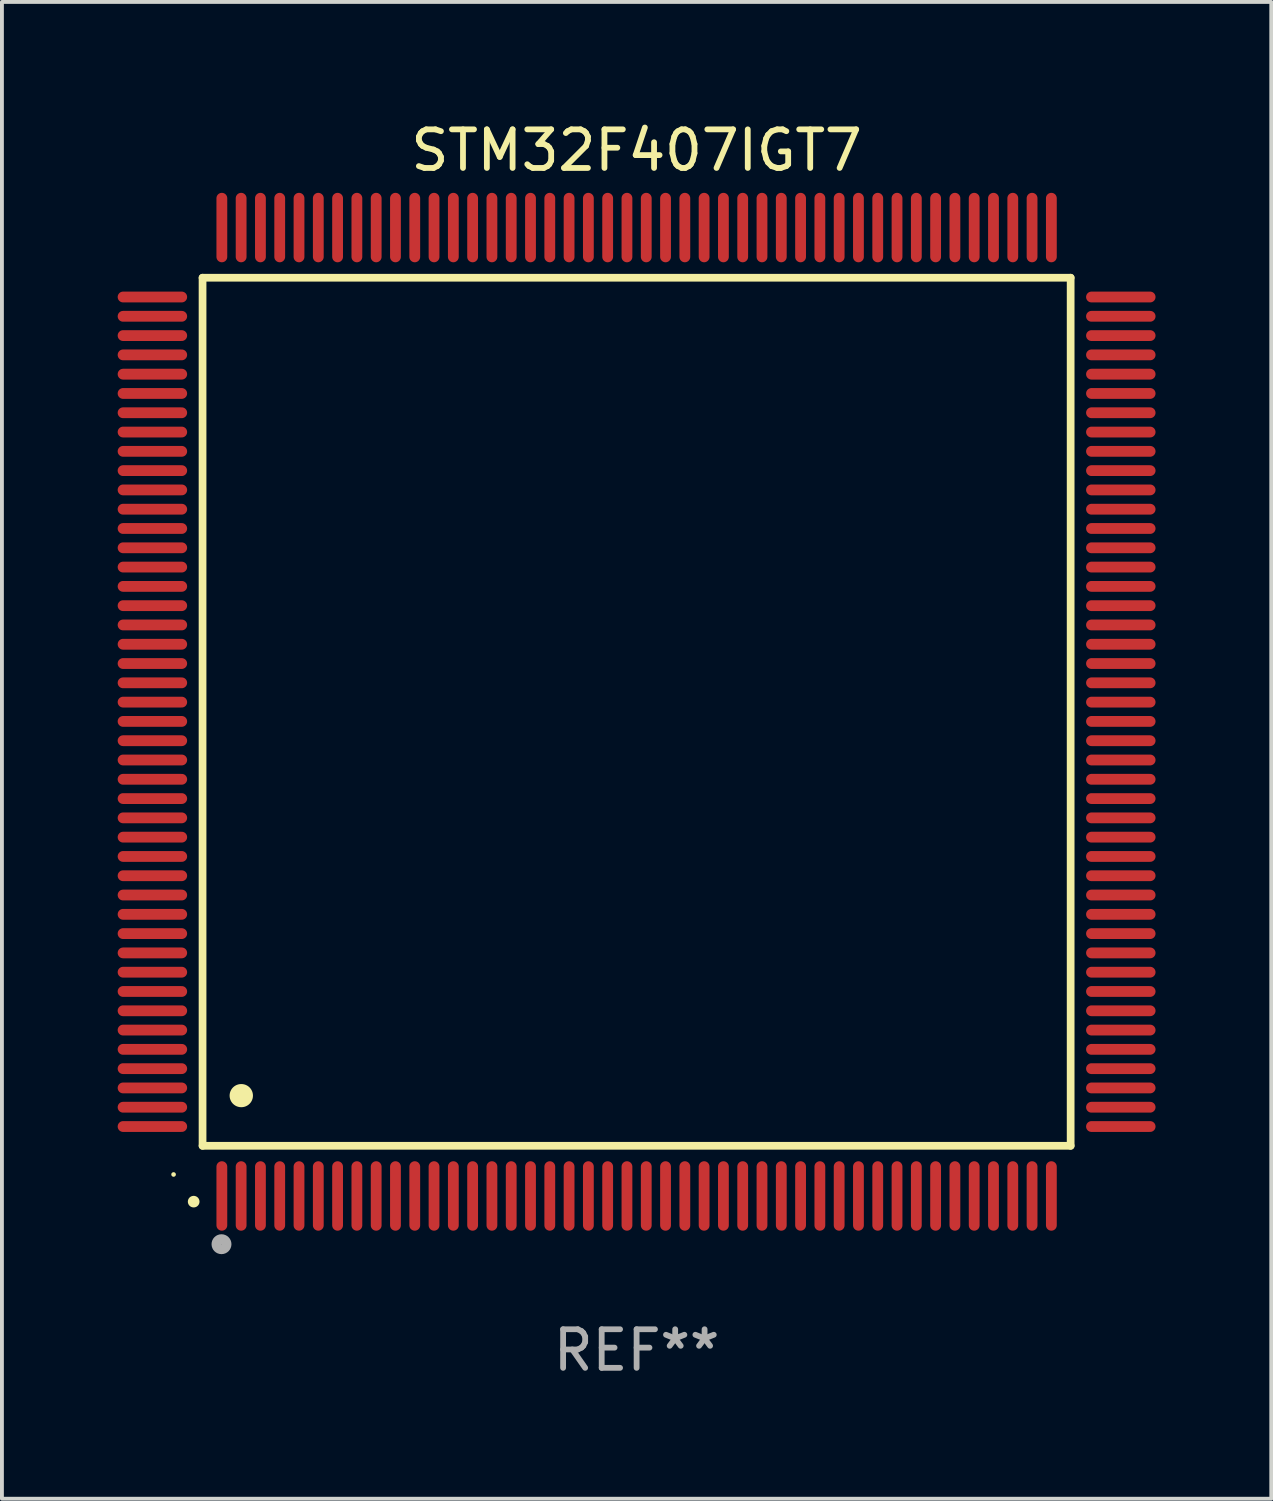
<source format=kicad_pcb>
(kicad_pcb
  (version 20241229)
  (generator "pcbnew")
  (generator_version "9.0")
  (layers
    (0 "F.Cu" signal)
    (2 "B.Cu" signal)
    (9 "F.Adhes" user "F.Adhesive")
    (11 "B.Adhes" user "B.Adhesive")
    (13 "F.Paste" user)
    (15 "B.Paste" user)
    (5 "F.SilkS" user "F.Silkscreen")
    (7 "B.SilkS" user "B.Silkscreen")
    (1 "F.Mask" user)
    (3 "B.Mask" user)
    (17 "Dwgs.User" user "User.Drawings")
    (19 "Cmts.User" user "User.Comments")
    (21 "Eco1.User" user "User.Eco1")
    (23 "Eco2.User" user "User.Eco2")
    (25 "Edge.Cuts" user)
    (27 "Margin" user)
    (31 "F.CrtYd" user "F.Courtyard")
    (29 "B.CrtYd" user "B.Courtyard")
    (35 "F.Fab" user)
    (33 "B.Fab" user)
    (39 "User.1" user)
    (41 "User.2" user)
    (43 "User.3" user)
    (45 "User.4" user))
  (footprint "STM32F407IGT7"
    (layer "F.Cu")
    (at 13.45 15.398)
    (property "Reference" "STM32F407IGT7" (at 0 -14.55 0) (layer "F.SilkS") (effects (font (size 1 1) (thickness 0.15))))
    (attr through_hole)
    (fp_line (start -11.25 -11.25) (end 11.25 -11.25) (stroke (width 0.2) (type solid)) (layer "F.SilkS"))
    (fp_line (start -11.25 11.25) (end -11.25 -11.25) (stroke (width 0.2) (type solid)) (layer "F.SilkS"))
    (fp_line (start 11.25 -11.25) (end 11.25 11.25) (stroke (width 0.2) (type solid)) (layer "F.SilkS"))
    (fp_line (start 11.25 11.25) (end -11.25 11.25) (stroke (width 0.2) (type solid)) (layer "F.SilkS"))
    (fp_arc (start -11.481382 12.697206) (mid -11.480112 12.697201) (end -11.478842 12.697206) (stroke (width 0.3) (type solid)) (layer "F.SilkS"))
    (fp_arc (start -10.24892 9.9492) (mid -10.24638 9.949189) (end -10.24384 9.9492) (stroke (width 0.6) (type solid)) (layer "F.SilkS"))
    (fp_circle (center -12.001 11.993) (end -11.971 11.993) (stroke (width 0.06) (type solid)) (fill no) (layer "F.SilkS"))
    (fp_circle (center -10.759 13.8) (end -10.628 13.8) (stroke (width 0.254) (type solid)) (fill no) (layer "F.Fab"))
    (fp_text user "REF**" (at 0 16.55 0) (layer "F.Fab") (effects (font (size 1 1) (thickness 0.15))))
    (pad "1" smd oval (at -10.75 12.55 180) (size 0.28 1.8) (layers "F.Cu" "F.Mask" "F.Paste"))
    (pad "2" smd oval (at -10.25 12.55 180) (size 0.28 1.8) (layers "F.Cu" "F.Mask" "F.Paste"))
    (pad "3" smd oval (at -9.75 12.55 180) (size 0.28 1.8) (layers "F.Cu" "F.Mask" "F.Paste"))
    (pad "4" smd oval (at -9.25 12.55 180) (size 0.28 1.8) (layers "F.Cu" "F.Mask" "F.Paste"))
    (pad "5" smd oval (at -8.75 12.55 180) (size 0.28 1.8) (layers "F.Cu" "F.Mask" "F.Paste"))
    (pad "6" smd oval (at -8.25 12.55 180) (size 0.28 1.8) (layers "F.Cu" "F.Mask" "F.Paste"))
    (pad "7" smd oval (at -7.75 12.55 180) (size 0.28 1.8) (layers "F.Cu" "F.Mask" "F.Paste"))
    (pad "8" smd oval (at -7.25 12.55 180) (size 0.28 1.8) (layers "F.Cu" "F.Mask" "F.Paste"))
    (pad "9" smd oval (at -6.75 12.55 180) (size 0.28 1.8) (layers "F.Cu" "F.Mask" "F.Paste"))
    (pad "10" smd oval (at -6.25 12.55 180) (size 0.28 1.8) (layers "F.Cu" "F.Mask" "F.Paste"))
    (pad "11" smd oval (at -5.75 12.55 180) (size 0.28 1.8) (layers "F.Cu" "F.Mask" "F.Paste"))
    (pad "12" smd oval (at -5.25 12.55 180) (size 0.28 1.8) (layers "F.Cu" "F.Mask" "F.Paste"))
    (pad "13" smd oval (at -4.75 12.55 180) (size 0.28 1.8) (layers "F.Cu" "F.Mask" "F.Paste"))
    (pad "14" smd oval (at -4.25 12.55 180) (size 0.28 1.8) (layers "F.Cu" "F.Mask" "F.Paste"))
    (pad "15" smd oval (at -3.75 12.55 180) (size 0.28 1.8) (layers "F.Cu" "F.Mask" "F.Paste"))
    (pad "16" smd oval (at -3.25 12.55 180) (size 0.28 1.8) (layers "F.Cu" "F.Mask" "F.Paste"))
    (pad "17" smd oval (at -2.75 12.55 180) (size 0.28 1.8) (layers "F.Cu" "F.Mask" "F.Paste"))
    (pad "18" smd oval (at -2.25 12.55 180) (size 0.28 1.8) (layers "F.Cu" "F.Mask" "F.Paste"))
    (pad "19" smd oval (at -1.75 12.55 180) (size 0.28 1.8) (layers "F.Cu" "F.Mask" "F.Paste"))
    (pad "20" smd oval (at -1.25 12.55 180) (size 0.28 1.8) (layers "F.Cu" "F.Mask" "F.Paste"))
    (pad "21" smd oval (at -0.75 12.55 180) (size 0.28 1.8) (layers "F.Cu" "F.Mask" "F.Paste"))
    (pad "22" smd oval (at -0.25 12.55 180) (size 0.28 1.8) (layers "F.Cu" "F.Mask" "F.Paste"))
    (pad "23" smd oval (at 0.25 12.55 180) (size 0.28 1.8) (layers "F.Cu" "F.Mask" "F.Paste"))
    (pad "24" smd oval (at 0.75 12.55 180) (size 0.28 1.8) (layers "F.Cu" "F.Mask" "F.Paste"))
    (pad "25" smd oval (at 1.25 12.55 180) (size 0.28 1.8) (layers "F.Cu" "F.Mask" "F.Paste"))
    (pad "26" smd oval (at 1.75 12.55 180) (size 0.28 1.8) (layers "F.Cu" "F.Mask" "F.Paste"))
    (pad "27" smd oval (at 2.25 12.55 180) (size 0.28 1.8) (layers "F.Cu" "F.Mask" "F.Paste"))
    (pad "28" smd oval (at 2.75 12.55 180) (size 0.28 1.8) (layers "F.Cu" "F.Mask" "F.Paste"))
    (pad "29" smd oval (at 3.25 12.55 180) (size 0.28 1.8) (layers "F.Cu" "F.Mask" "F.Paste"))
    (pad "30" smd oval (at 3.75 12.55 180) (size 0.28 1.8) (layers "F.Cu" "F.Mask" "F.Paste"))
    (pad "31" smd oval (at 4.25 12.55 180) (size 0.28 1.8) (layers "F.Cu" "F.Mask" "F.Paste"))
    (pad "32" smd oval (at 4.75 12.55 180) (size 0.28 1.8) (layers "F.Cu" "F.Mask" "F.Paste"))
    (pad "33" smd oval (at 5.25 12.55 180) (size 0.28 1.8) (layers "F.Cu" "F.Mask" "F.Paste"))
    (pad "34" smd oval (at 5.75 12.55 180) (size 0.28 1.8) (layers "F.Cu" "F.Mask" "F.Paste"))
    (pad "35" smd oval (at 6.25 12.55 180) (size 0.28 1.8) (layers "F.Cu" "F.Mask" "F.Paste"))
    (pad "36" smd oval (at 6.75 12.55 180) (size 0.28 1.8) (layers "F.Cu" "F.Mask" "F.Paste"))
    (pad "37" smd oval (at 7.25 12.55 180) (size 0.28 1.8) (layers "F.Cu" "F.Mask" "F.Paste"))
    (pad "38" smd oval (at 7.75 12.55 180) (size 0.28 1.8) (layers "F.Cu" "F.Mask" "F.Paste"))
    (pad "39" smd oval (at 8.25 12.55 180) (size 0.28 1.8) (layers "F.Cu" "F.Mask" "F.Paste"))
    (pad "40" smd oval (at 8.75 12.55 180) (size 0.28 1.8) (layers "F.Cu" "F.Mask" "F.Paste"))
    (pad "41" smd oval (at 9.25 12.55 180) (size 0.28 1.8) (layers "F.Cu" "F.Mask" "F.Paste"))
    (pad "42" smd oval (at 9.75 12.55 180) (size 0.28 1.8) (layers "F.Cu" "F.Mask" "F.Paste"))
    (pad "43" smd oval (at 10.25 12.55 180) (size 0.28 1.8) (layers "F.Cu" "F.Mask" "F.Paste"))
    (pad "44" smd oval (at 10.75 12.55 180) (size 0.28 1.8) (layers "F.Cu" "F.Mask" "F.Paste"))
    (pad "45" smd oval (at 12.55 10.75 90) (size 0.28 1.8) (layers "F.Cu" "F.Mask" "F.Paste"))
    (pad "46" smd oval (at 12.55 10.25 90) (size 0.28 1.8) (layers "F.Cu" "F.Mask" "F.Paste"))
    (pad "47" smd oval (at 12.55 9.75 90) (size 0.28 1.8) (layers "F.Cu" "F.Mask" "F.Paste"))
    (pad "48" smd oval (at 12.55 9.25 90) (size 0.28 1.8) (layers "F.Cu" "F.Mask" "F.Paste"))
    (pad "49" smd oval (at 12.55 8.75 90) (size 0.28 1.8) (layers "F.Cu" "F.Mask" "F.Paste"))
    (pad "50" smd oval (at 12.55 8.25 90) (size 0.28 1.8) (layers "F.Cu" "F.Mask" "F.Paste"))
    (pad "51" smd oval (at 12.55 7.75 90) (size 0.28 1.8) (layers "F.Cu" "F.Mask" "F.Paste"))
    (pad "52" smd oval (at 12.55 7.25 90) (size 0.28 1.8) (layers "F.Cu" "F.Mask" "F.Paste"))
    (pad "53" smd oval (at 12.55 6.75 90) (size 0.28 1.8) (layers "F.Cu" "F.Mask" "F.Paste"))
    (pad "54" smd oval (at 12.55 6.25 90) (size 0.28 1.8) (layers "F.Cu" "F.Mask" "F.Paste"))
    (pad "55" smd oval (at 12.55 5.75 90) (size 0.28 1.8) (layers "F.Cu" "F.Mask" "F.Paste"))
    (pad "56" smd oval (at 12.55 5.25 90) (size 0.28 1.8) (layers "F.Cu" "F.Mask" "F.Paste"))
    (pad "57" smd oval (at 12.55 4.75 90) (size 0.28 1.8) (layers "F.Cu" "F.Mask" "F.Paste"))
    (pad "58" smd oval (at 12.55 4.25 90) (size 0.28 1.8) (layers "F.Cu" "F.Mask" "F.Paste"))
    (pad "59" smd oval (at 12.55 3.75 90) (size 0.28 1.8) (layers "F.Cu" "F.Mask" "F.Paste"))
    (pad "60" smd oval (at 12.55 3.25 90) (size 0.28 1.8) (layers "F.Cu" "F.Mask" "F.Paste"))
    (pad "61" smd oval (at 12.55 2.75 90) (size 0.28 1.8) (layers "F.Cu" "F.Mask" "F.Paste"))
    (pad "62" smd oval (at 12.55 2.25 90) (size 0.28 1.8) (layers "F.Cu" "F.Mask" "F.Paste"))
    (pad "63" smd oval (at 12.55 1.75 90) (size 0.28 1.8) (layers "F.Cu" "F.Mask" "F.Paste"))
    (pad "64" smd oval (at 12.55 1.25 90) (size 0.28 1.8) (layers "F.Cu" "F.Mask" "F.Paste"))
    (pad "65" smd oval (at 12.55 0.75 90) (size 0.28 1.8) (layers "F.Cu" "F.Mask" "F.Paste"))
    (pad "66" smd oval (at 12.55 0.25 90) (size 0.28 1.8) (layers "F.Cu" "F.Mask" "F.Paste"))
    (pad "67" smd oval (at 12.55 -0.25 90) (size 0.28 1.8) (layers "F.Cu" "F.Mask" "F.Paste"))
    (pad "68" smd oval (at 12.55 -0.75 90) (size 0.28 1.8) (layers "F.Cu" "F.Mask" "F.Paste"))
    (pad "69" smd oval (at 12.55 -1.25 90) (size 0.28 1.8) (layers "F.Cu" "F.Mask" "F.Paste"))
    (pad "70" smd oval (at 12.55 -1.75 90) (size 0.28 1.8) (layers "F.Cu" "F.Mask" "F.Paste"))
    (pad "71" smd oval (at 12.55 -2.25 90) (size 0.28 1.8) (layers "F.Cu" "F.Mask" "F.Paste"))
    (pad "72" smd oval (at 12.55 -2.75 90) (size 0.28 1.8) (layers "F.Cu" "F.Mask" "F.Paste"))
    (pad "73" smd oval (at 12.55 -3.25 90) (size 0.28 1.8) (layers "F.Cu" "F.Mask" "F.Paste"))
    (pad "74" smd oval (at 12.55 -3.75 90) (size 0.28 1.8) (layers "F.Cu" "F.Mask" "F.Paste"))
    (pad "75" smd oval (at 12.55 -4.25 90) (size 0.28 1.8) (layers "F.Cu" "F.Mask" "F.Paste"))
    (pad "76" smd oval (at 12.55 -4.75 90) (size 0.28 1.8) (layers "F.Cu" "F.Mask" "F.Paste"))
    (pad "77" smd oval (at 12.55 -5.25 90) (size 0.28 1.8) (layers "F.Cu" "F.Mask" "F.Paste"))
    (pad "78" smd oval (at 12.55 -5.75 90) (size 0.28 1.8) (layers "F.Cu" "F.Mask" "F.Paste"))
    (pad "79" smd oval (at 12.55 -6.25 90) (size 0.28 1.8) (layers "F.Cu" "F.Mask" "F.Paste"))
    (pad "80" smd oval (at 12.55 -6.75 90) (size 0.28 1.8) (layers "F.Cu" "F.Mask" "F.Paste"))
    (pad "81" smd oval (at 12.55 -7.25 90) (size 0.28 1.8) (layers "F.Cu" "F.Mask" "F.Paste"))
    (pad "82" smd oval (at 12.55 -7.75 90) (size 0.28 1.8) (layers "F.Cu" "F.Mask" "F.Paste"))
    (pad "83" smd oval (at 12.55 -8.25 90) (size 0.28 1.8) (layers "F.Cu" "F.Mask" "F.Paste"))
    (pad "84" smd oval (at 12.55 -8.75 90) (size 0.28 1.8) (layers "F.Cu" "F.Mask" "F.Paste"))
    (pad "85" smd oval (at 12.55 -9.25 90) (size 0.28 1.8) (layers "F.Cu" "F.Mask" "F.Paste"))
    (pad "86" smd oval (at 12.55 -9.75 90) (size 0.28 1.8) (layers "F.Cu" "F.Mask" "F.Paste"))
    (pad "87" smd oval (at 12.55 -10.25 90) (size 0.28 1.8) (layers "F.Cu" "F.Mask" "F.Paste"))
    (pad "88" smd oval (at 12.55 -10.75 90) (size 0.28 1.8) (layers "F.Cu" "F.Mask" "F.Paste"))
    (pad "89" smd oval (at 10.75 -12.55 180) (size 0.28 1.8) (layers "F.Cu" "F.Mask" "F.Paste"))
    (pad "90" smd oval (at 10.25 -12.55 180) (size 0.28 1.8) (layers "F.Cu" "F.Mask" "F.Paste"))
    (pad "91" smd oval (at 9.75 -12.55 180) (size 0.28 1.8) (layers "F.Cu" "F.Mask" "F.Paste"))
    (pad "92" smd oval (at 9.25 -12.55 180) (size 0.28 1.8) (layers "F.Cu" "F.Mask" "F.Paste"))
    (pad "93" smd oval (at 8.75 -12.55 180) (size 0.28 1.8) (layers "F.Cu" "F.Mask" "F.Paste"))
    (pad "94" smd oval (at 8.25 -12.55 180) (size 0.28 1.8) (layers "F.Cu" "F.Mask" "F.Paste"))
    (pad "95" smd oval (at 7.75 -12.55 180) (size 0.28 1.8) (layers "F.Cu" "F.Mask" "F.Paste"))
    (pad "96" smd oval (at 7.25 -12.55 180) (size 0.28 1.8) (layers "F.Cu" "F.Mask" "F.Paste"))
    (pad "97" smd oval (at 6.75 -12.55 180) (size 0.28 1.8) (layers "F.Cu" "F.Mask" "F.Paste"))
    (pad "98" smd oval (at 6.25 -12.55 180) (size 0.28 1.8) (layers "F.Cu" "F.Mask" "F.Paste"))
    (pad "99" smd oval (at 5.75 -12.55 180) (size 0.28 1.8) (layers "F.Cu" "F.Mask" "F.Paste"))
    (pad "100" smd oval (at 5.25 -12.55 180) (size 0.28 1.8) (layers "F.Cu" "F.Mask" "F.Paste"))
    (pad "101" smd oval (at 4.75 -12.55 180) (size 0.28 1.8) (layers "F.Cu" "F.Mask" "F.Paste"))
    (pad "102" smd oval (at 4.25 -12.55 180) (size 0.28 1.8) (layers "F.Cu" "F.Mask" "F.Paste"))
    (pad "103" smd oval (at 3.75 -12.55 180) (size 0.28 1.8) (layers "F.Cu" "F.Mask" "F.Paste"))
    (pad "104" smd oval (at 3.25 -12.55 180) (size 0.28 1.8) (layers "F.Cu" "F.Mask" "F.Paste"))
    (pad "105" smd oval (at 2.75 -12.55 180) (size 0.28 1.8) (layers "F.Cu" "F.Mask" "F.Paste"))
    (pad "106" smd oval (at 2.25 -12.55 180) (size 0.28 1.8) (layers "F.Cu" "F.Mask" "F.Paste"))
    (pad "107" smd oval (at 1.75 -12.55 180) (size 0.28 1.8) (layers "F.Cu" "F.Mask" "F.Paste"))
    (pad "108" smd oval (at 1.25 -12.55 180) (size 0.28 1.8) (layers "F.Cu" "F.Mask" "F.Paste"))
    (pad "109" smd oval (at 0.75 -12.55 180) (size 0.28 1.8) (layers "F.Cu" "F.Mask" "F.Paste"))
    (pad "110" smd oval (at 0.25 -12.55 180) (size 0.28 1.8) (layers "F.Cu" "F.Mask" "F.Paste"))
    (pad "111" smd oval (at -0.25 -12.55 180) (size 0.28 1.8) (layers "F.Cu" "F.Mask" "F.Paste"))
    (pad "112" smd oval (at -0.75 -12.55 180) (size 0.28 1.8) (layers "F.Cu" "F.Mask" "F.Paste"))
    (pad "113" smd oval (at -1.25 -12.55 180) (size 0.28 1.8) (layers "F.Cu" "F.Mask" "F.Paste"))
    (pad "114" smd oval (at -1.75 -12.55 180) (size 0.28 1.8) (layers "F.Cu" "F.Mask" "F.Paste"))
    (pad "115" smd oval (at -2.25 -12.55 180) (size 0.28 1.8) (layers "F.Cu" "F.Mask" "F.Paste"))
    (pad "116" smd oval (at -2.75 -12.55 180) (size 0.28 1.8) (layers "F.Cu" "F.Mask" "F.Paste"))
    (pad "117" smd oval (at -3.25 -12.55 180) (size 0.28 1.8) (layers "F.Cu" "F.Mask" "F.Paste"))
    (pad "118" smd oval (at -3.75 -12.55 180) (size 0.28 1.8) (layers "F.Cu" "F.Mask" "F.Paste"))
    (pad "119" smd oval (at -4.25 -12.55 180) (size 0.28 1.8) (layers "F.Cu" "F.Mask" "F.Paste"))
    (pad "120" smd oval (at -4.75 -12.55 180) (size 0.28 1.8) (layers "F.Cu" "F.Mask" "F.Paste"))
    (pad "121" smd oval (at -5.25 -12.55 180) (size 0.28 1.8) (layers "F.Cu" "F.Mask" "F.Paste"))
    (pad "122" smd oval (at -5.75 -12.55 180) (size 0.28 1.8) (layers "F.Cu" "F.Mask" "F.Paste"))
    (pad "123" smd oval (at -6.25 -12.55 180) (size 0.28 1.8) (layers "F.Cu" "F.Mask" "F.Paste"))
    (pad "124" smd oval (at -6.75 -12.55 180) (size 0.28 1.8) (layers "F.Cu" "F.Mask" "F.Paste"))
    (pad "125" smd oval (at -7.25 -12.55 180) (size 0.28 1.8) (layers "F.Cu" "F.Mask" "F.Paste"))
    (pad "126" smd oval (at -7.75 -12.55 180) (size 0.28 1.8) (layers "F.Cu" "F.Mask" "F.Paste"))
    (pad "127" smd oval (at -8.25 -12.55 180) (size 0.28 1.8) (layers "F.Cu" "F.Mask" "F.Paste"))
    (pad "128" smd oval (at -8.75 -12.55 180) (size 0.28 1.8) (layers "F.Cu" "F.Mask" "F.Paste"))
    (pad "129" smd oval (at -9.25 -12.55 180) (size 0.28 1.8) (layers "F.Cu" "F.Mask" "F.Paste"))
    (pad "130" smd oval (at -9.75 -12.55 180) (size 0.28 1.8) (layers "F.Cu" "F.Mask" "F.Paste"))
    (pad "131" smd oval (at -10.25 -12.55 180) (size 0.28 1.8) (layers "F.Cu" "F.Mask" "F.Paste"))
    (pad "132" smd oval (at -10.75 -12.55 180) (size 0.28 1.8) (layers "F.Cu" "F.Mask" "F.Paste"))
    (pad "133" smd oval (at -12.55 -10.75 90) (size 0.28 1.8) (layers "F.Cu" "F.Mask" "F.Paste"))
    (pad "134" smd oval (at -12.55 -10.25 90) (size 0.28 1.8) (layers "F.Cu" "F.Mask" "F.Paste"))
    (pad "135" smd oval (at -12.55 -9.75 90) (size 0.28 1.8) (layers "F.Cu" "F.Mask" "F.Paste"))
    (pad "136" smd oval (at -12.55 -9.25 90) (size 0.28 1.8) (layers "F.Cu" "F.Mask" "F.Paste"))
    (pad "137" smd oval (at -12.55 -8.75 90) (size 0.28 1.8) (layers "F.Cu" "F.Mask" "F.Paste"))
    (pad "138" smd oval (at -12.55 -8.25 90) (size 0.28 1.8) (layers "F.Cu" "F.Mask" "F.Paste"))
    (pad "139" smd oval (at -12.55 -7.75 90) (size 0.28 1.8) (layers "F.Cu" "F.Mask" "F.Paste"))
    (pad "140" smd oval (at -12.55 -7.25 90) (size 0.28 1.8) (layers "F.Cu" "F.Mask" "F.Paste"))
    (pad "141" smd oval (at -12.55 -6.75 90) (size 0.28 1.8) (layers "F.Cu" "F.Mask" "F.Paste"))
    (pad "142" smd oval (at -12.55 -6.25 90) (size 0.28 1.8) (layers "F.Cu" "F.Mask" "F.Paste"))
    (pad "143" smd oval (at -12.55 -5.75 90) (size 0.28 1.8) (layers "F.Cu" "F.Mask" "F.Paste"))
    (pad "144" smd oval (at -12.55 -5.25 90) (size 0.28 1.8) (layers "F.Cu" "F.Mask" "F.Paste"))
    (pad "145" smd oval (at -12.55 -4.75 90) (size 0.28 1.8) (layers "F.Cu" "F.Mask" "F.Paste"))
    (pad "146" smd oval (at -12.55 -4.25 90) (size 0.28 1.8) (layers "F.Cu" "F.Mask" "F.Paste"))
    (pad "147" smd oval (at -12.55 -3.75 90) (size 0.28 1.8) (layers "F.Cu" "F.Mask" "F.Paste"))
    (pad "148" smd oval (at -12.55 -3.25 90) (size 0.28 1.8) (layers "F.Cu" "F.Mask" "F.Paste"))
    (pad "149" smd oval (at -12.55 -2.75 90) (size 0.28 1.8) (layers "F.Cu" "F.Mask" "F.Paste"))
    (pad "150" smd oval (at -12.55 -2.25 90) (size 0.28 1.8) (layers "F.Cu" "F.Mask" "F.Paste"))
    (pad "151" smd oval (at -12.55 -1.75 90) (size 0.28 1.8) (layers "F.Cu" "F.Mask" "F.Paste"))
    (pad "152" smd oval (at -12.55 -1.25 90) (size 0.28 1.8) (layers "F.Cu" "F.Mask" "F.Paste"))
    (pad "153" smd oval (at -12.55 -0.75 90) (size 0.28 1.8) (layers "F.Cu" "F.Mask" "F.Paste"))
    (pad "154" smd oval (at -12.55 -0.25 90) (size 0.28 1.8) (layers "F.Cu" "F.Mask" "F.Paste"))
    (pad "155" smd oval (at -12.55 0.25 90) (size 0.28 1.8) (layers "F.Cu" "F.Mask" "F.Paste"))
    (pad "156" smd oval (at -12.55 0.75 90) (size 0.28 1.8) (layers "F.Cu" "F.Mask" "F.Paste"))
    (pad "157" smd oval (at -12.55 1.25 90) (size 0.28 1.8) (layers "F.Cu" "F.Mask" "F.Paste"))
    (pad "158" smd oval (at -12.55 1.75 90) (size 0.28 1.8) (layers "F.Cu" "F.Mask" "F.Paste"))
    (pad "159" smd oval (at -12.55 2.25 90) (size 0.28 1.8) (layers "F.Cu" "F.Mask" "F.Paste"))
    (pad "160" smd oval (at -12.55 2.75 90) (size 0.28 1.8) (layers "F.Cu" "F.Mask" "F.Paste"))
    (pad "161" smd oval (at -12.55 3.25 90) (size 0.28 1.8) (layers "F.Cu" "F.Mask" "F.Paste"))
    (pad "162" smd oval (at -12.55 3.75 90) (size 0.28 1.8) (layers "F.Cu" "F.Mask" "F.Paste"))
    (pad "163" smd oval (at -12.55 4.25 90) (size 0.28 1.8) (layers "F.Cu" "F.Mask" "F.Paste"))
    (pad "164" smd oval (at -12.55 4.75 90) (size 0.28 1.8) (layers "F.Cu" "F.Mask" "F.Paste"))
    (pad "165" smd oval (at -12.55 5.25 90) (size 0.28 1.8) (layers "F.Cu" "F.Mask" "F.Paste"))
    (pad "166" smd oval (at -12.55 5.75 90) (size 0.28 1.8) (layers "F.Cu" "F.Mask" "F.Paste"))
    (pad "167" smd oval (at -12.55 6.25 90) (size 0.28 1.8) (layers "F.Cu" "F.Mask" "F.Paste"))
    (pad "168" smd oval (at -12.55 6.75 90) (size 0.28 1.8) (layers "F.Cu" "F.Mask" "F.Paste"))
    (pad "169" smd oval (at -12.55 7.25 90) (size 0.28 1.8) (layers "F.Cu" "F.Mask" "F.Paste"))
    (pad "170" smd oval (at -12.55 7.75 90) (size 0.28 1.8) (layers "F.Cu" "F.Mask" "F.Paste"))
    (pad "171" smd oval (at -12.55 8.25 90) (size 0.28 1.8) (layers "F.Cu" "F.Mask" "F.Paste"))
    (pad "172" smd oval (at -12.55 8.75 90) (size 0.28 1.8) (layers "F.Cu" "F.Mask" "F.Paste"))
    (pad "173" smd oval (at -12.55 9.25 90) (size 0.28 1.8) (layers "F.Cu" "F.Mask" "F.Paste"))
    (pad "174" smd oval (at -12.55 9.75 90) (size 0.28 1.8) (layers "F.Cu" "F.Mask" "F.Paste"))
    (pad "175" smd oval (at -12.55 10.25 90) (size 0.28 1.8) (layers "F.Cu" "F.Mask" "F.Paste"))
    (pad "176" smd oval (at -12.55 10.75 90) (size 0.28 1.8) (layers "F.Cu" "F.Mask" "F.Paste")))
  (gr_rect
    (start -3 -3)
    (end 29.9 35.796)
    (stroke (width 0.1) (type default))
    (fill no)
    (layer "Edge.Cuts")))
</source>
